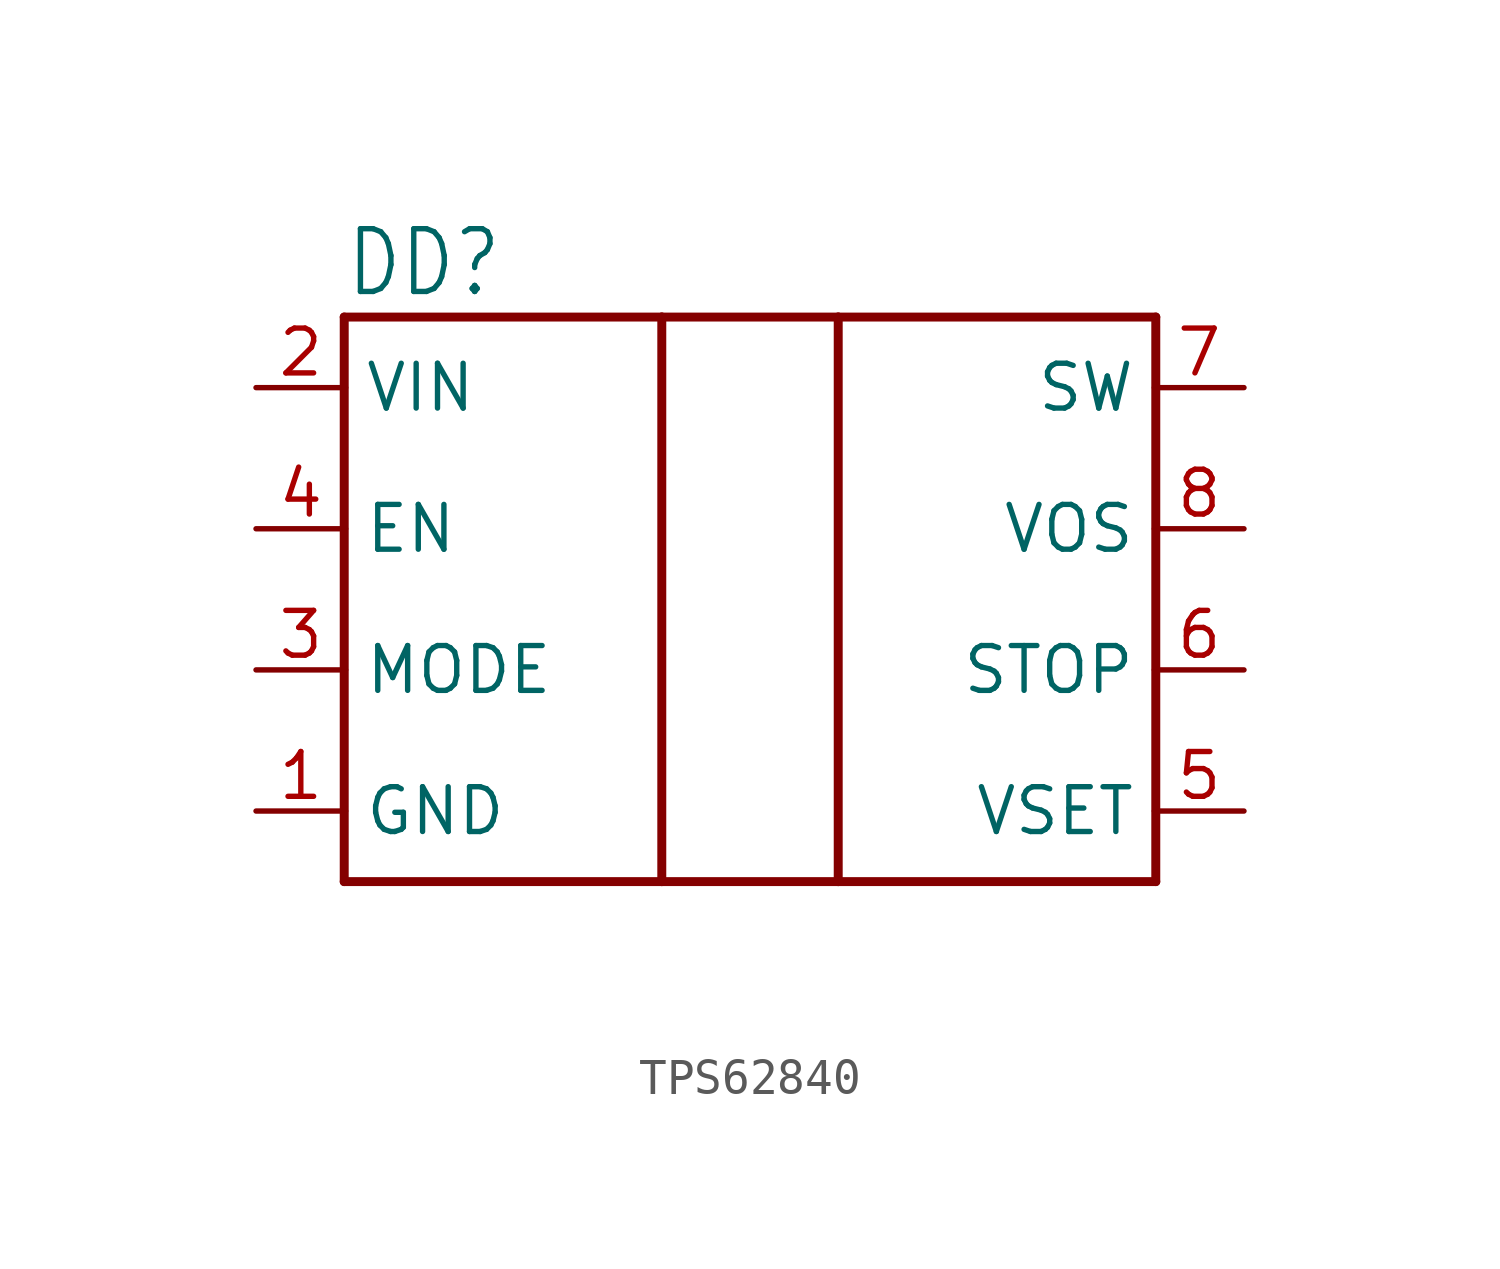
<source format=kicad_sym>
(kicad_symbol_lib
  (version 20231120)
  (generator "kicad_symbol_editor")
  (generator_version "8.0")
  (symbol "TPS62840"
    (property "Reference" "DD"
      (at -11.5 8.5 0)
      (effects (font (size 1.778 1.511)) (justify left bottom)))
    (property "Value" ""
      (at -11.5 -10.5 0)
      (effects (font (size 1.778 1.511)) (justify left bottom)))
    (property "ki_locked" ""
      (at 0 0 0)
      (effects (font (size 1.27 1.27))))
    (symbol "TPS62840_1_0"
      (polyline (pts (xy -11.5 -8) (xy -2.5 -8)) (stroke (width 0.254) (type solid)) (fill (type none)))
      (polyline (pts (xy -11.5 8) (xy -11.5 -8)) (stroke (width 0.254) (type solid)) (fill (type none)))
      (polyline (pts (xy -11.5 8) (xy -2.5 8)) (stroke (width 0.254) (type solid)) (fill (type none)))
      (polyline (pts (xy -2.5 -8) (xy 2.5 -8)) (stroke (width 0.254) (type solid)) (fill (type none)))
      (polyline (pts (xy -2.5 8) (xy -2.5 -8)) (stroke (width 0.254) (type solid)) (fill (type none)))
      (polyline (pts (xy -2.5 8) (xy 2.5 8)) (stroke (width 0.254) (type solid)) (fill (type none)))
      (polyline (pts (xy 2.5 -8) (xy 2.5 8)) (stroke (width 0.254) (type solid)) (fill (type none)))
      (polyline (pts (xy 2.5 -8) (xy 11.5 -8)) (stroke (width 0.254) (type solid)) (fill (type none)))
      (polyline (pts (xy 2.5 8) (xy 11.5 8)) (stroke (width 0.254) (type solid)) (fill (type none)))
      (polyline (pts (xy 11.5 -8) (xy 11.5 8)) (stroke (width 0.254) (type solid)) (fill (type none)))
      (pin bidirectional line (at -14 -6 0) (length 2.54) (name "GND" (effects (font (size 1.27 1.27)))) (number "1" (effects (font (size 1.27 1.27)))))
      (pin bidirectional line (at -14 6 0) (length 2.54) (name "VIN" (effects (font (size 1.27 1.27)))) (number "2" (effects (font (size 1.27 1.27)))))
      (pin bidirectional line (at -14 -2 0) (length 2.54) (name "MODE" (effects (font (size 1.27 1.27)))) (number "3" (effects (font (size 1.27 1.27)))))
      (pin bidirectional line (at -14 2 0) (length 2.54) (name "EN" (effects (font (size 1.27 1.27)))) (number "4" (effects (font (size 1.27 1.27)))))
      (pin bidirectional line (at 14 -6 180) (length 2.54) (name "VSET" (effects (font (size 1.27 1.27)))) (number "5" (effects (font (size 1.27 1.27)))))
      (pin bidirectional line (at 14 -2 180) (length 2.54) (name "STOP" (effects (font (size 1.27 1.27)))) (number "6" (effects (font (size 1.27 1.27)))))
      (pin bidirectional line (at 14 6 180) (length 2.54) (name "SW" (effects (font (size 1.27 1.27)))) (number "7" (effects (font (size 1.27 1.27)))))
      (pin bidirectional line (at 14 2 180) (length 2.54) (name "VOS" (effects (font (size 1.27 1.27)))) (number "8" (effects (font (size 1.27 1.27))))))))
</source>
